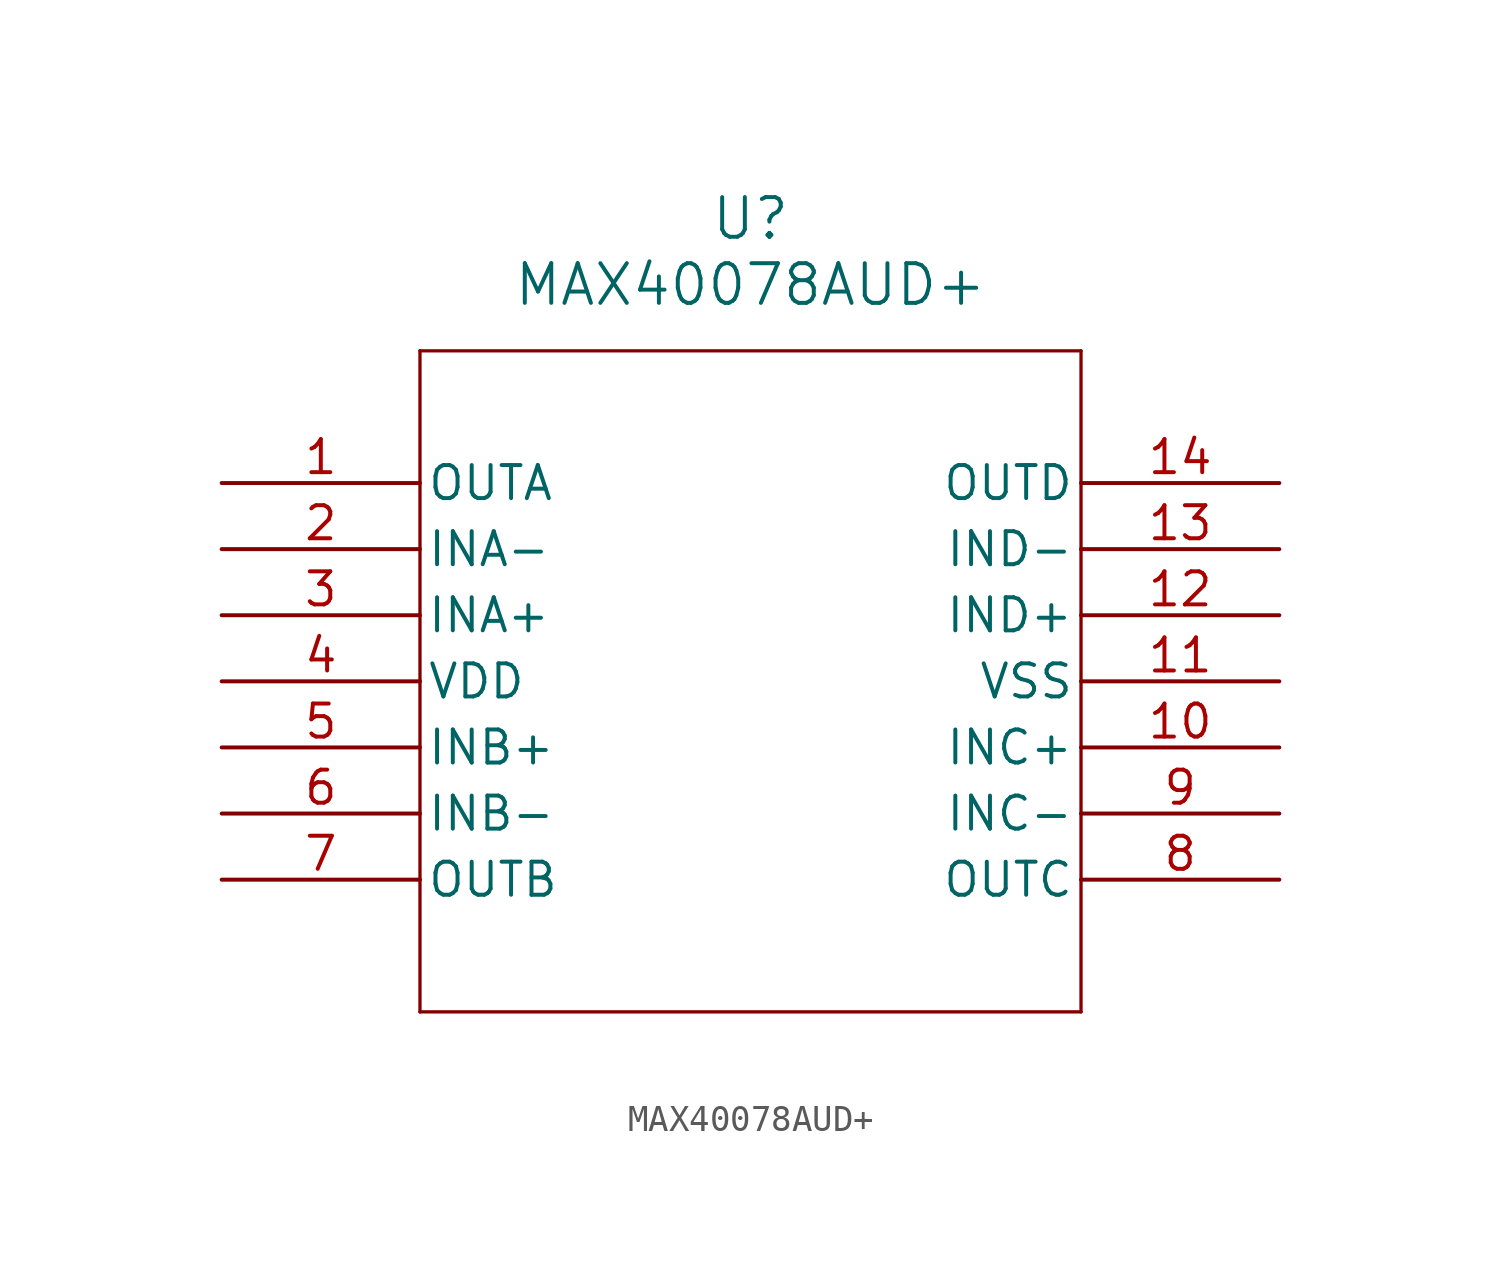
<source format=kicad_sym>
(kicad_symbol_lib
  (version 20231120)
  (generator "kicad_symbol_editor")
  (generator_version "8.0")
  (symbol "MAX40078AUD+"
    (pin_names
      (offset 0.254))
    (property "Reference" "U"
      (at 20.32 10.16 0)
      (effects (font (size 1.524 1.524))))
    (property "Value" "MAX40078AUD+"
      (at 20.32 7.62 0)
      (effects (font (size 1.524 1.524))))
    (property "ki_locked" ""
      (at 0 0 0)
      (effects (font (size 1.27 1.27))))
    (symbol "MAX40078AUD+_0_1"
      (polyline (pts (xy 7.62 -20.32) (xy 33.02 -20.32)) (stroke (width 0.127) (type default)) (fill (type none)))
      (polyline (pts (xy 7.62 5.08) (xy 7.62 -20.32)) (stroke (width 0.127) (type default)) (fill (type none)))
      (polyline (pts (xy 33.02 -20.32) (xy 33.02 5.08)) (stroke (width 0.127) (type default)) (fill (type none)))
      (polyline (pts (xy 33.02 5.08) (xy 7.62 5.08)) (stroke (width 0.127) (type default)) (fill (type none)))
      (pin output line (at 0 0 0) (length 7.62) (name "OUTA" (effects (font (size 1.27 1.27)))) (number "1" (effects (font (size 1.27 1.27)))))
      (pin unspecified line (at 40.64 -10.16 180) (length 7.62) (name "INC+" (effects (font (size 1.27 1.27)))) (number "10" (effects (font (size 1.27 1.27)))))
      (pin power_out line (at 40.64 -7.62 180) (length 7.62) (name "VSS" (effects (font (size 1.27 1.27)))) (number "11" (effects (font (size 1.27 1.27)))))
      (pin unspecified line (at 40.64 -5.08 180) (length 7.62) (name "IND+" (effects (font (size 1.27 1.27)))) (number "12" (effects (font (size 1.27 1.27)))))
      (pin unspecified line (at 40.64 -2.54 180) (length 7.62) (name "IND-" (effects (font (size 1.27 1.27)))) (number "13" (effects (font (size 1.27 1.27)))))
      (pin output line (at 40.64 0 180) (length 7.62) (name "OUTD" (effects (font (size 1.27 1.27)))) (number "14" (effects (font (size 1.27 1.27)))))
      (pin unspecified line (at 0 -2.54 0) (length 7.62) (name "INA-" (effects (font (size 1.27 1.27)))) (number "2" (effects (font (size 1.27 1.27)))))
      (pin unspecified line (at 0 -5.08 0) (length 7.62) (name "INA+" (effects (font (size 1.27 1.27)))) (number "3" (effects (font (size 1.27 1.27)))))
      (pin power_in line (at 0 -7.62 0) (length 7.62) (name "VDD" (effects (font (size 1.27 1.27)))) (number "4" (effects (font (size 1.27 1.27)))))
      (pin unspecified line (at 0 -10.16 0) (length 7.62) (name "INB+" (effects (font (size 1.27 1.27)))) (number "5" (effects (font (size 1.27 1.27)))))
      (pin unspecified line (at 0 -12.7 0) (length 7.62) (name "INB-" (effects (font (size 1.27 1.27)))) (number "6" (effects (font (size 1.27 1.27)))))
      (pin output line (at 0 -15.24 0) (length 7.62) (name "OUTB" (effects (font (size 1.27 1.27)))) (number "7" (effects (font (size 1.27 1.27)))))
      (pin output line (at 40.64 -15.24 180) (length 7.62) (name "OUTC" (effects (font (size 1.27 1.27)))) (number "8" (effects (font (size 1.27 1.27)))))
      (pin unspecified line (at 40.64 -12.7 180) (length 7.62) (name "INC-" (effects (font (size 1.27 1.27)))) (number "9" (effects (font (size 1.27 1.27))))))))
</source>
